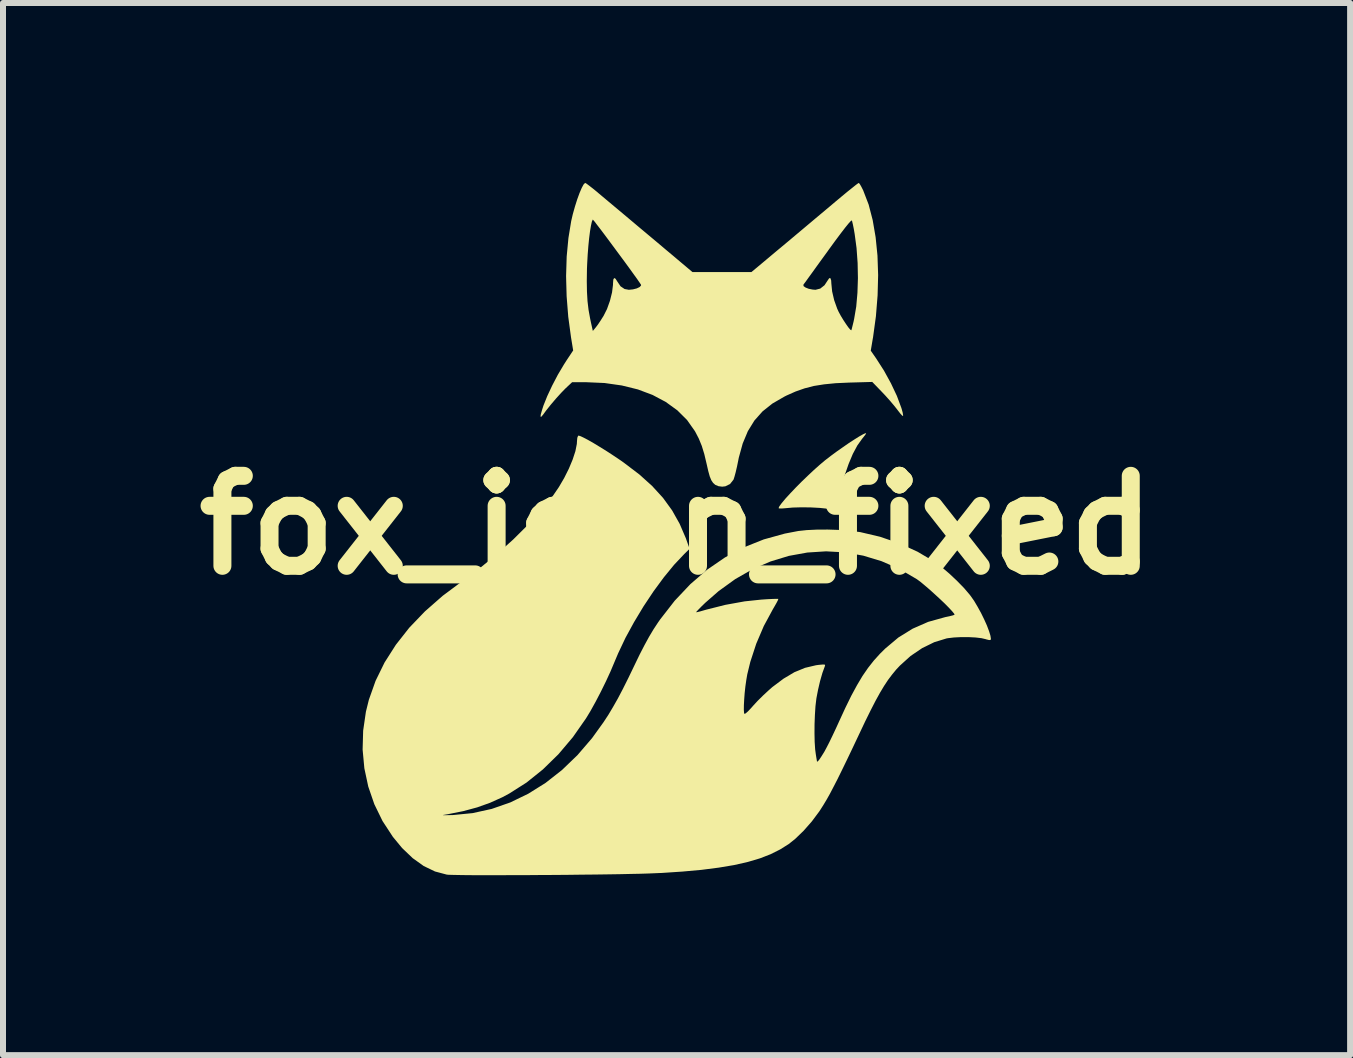
<source format=kicad_pcb>
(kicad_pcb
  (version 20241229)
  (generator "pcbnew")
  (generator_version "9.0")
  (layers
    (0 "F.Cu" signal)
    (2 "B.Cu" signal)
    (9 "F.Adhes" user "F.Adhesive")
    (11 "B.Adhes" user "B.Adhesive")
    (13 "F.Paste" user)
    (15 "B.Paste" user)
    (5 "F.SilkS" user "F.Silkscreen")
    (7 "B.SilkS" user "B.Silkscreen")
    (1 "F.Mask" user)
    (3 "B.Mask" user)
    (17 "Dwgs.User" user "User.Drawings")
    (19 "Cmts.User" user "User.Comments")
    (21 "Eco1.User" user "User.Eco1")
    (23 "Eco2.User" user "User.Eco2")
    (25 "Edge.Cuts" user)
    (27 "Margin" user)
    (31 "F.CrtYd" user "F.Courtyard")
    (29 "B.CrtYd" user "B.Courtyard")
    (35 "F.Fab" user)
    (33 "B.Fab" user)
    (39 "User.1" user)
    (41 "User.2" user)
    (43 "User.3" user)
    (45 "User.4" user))
  (footprint "fox_icon_fixed"
    (layer "F.Cu")
    (at 8.229 5.704)
    (property "Reference" "fox_icon_fixed" (at 0 0 0) (layer "F.SilkS") (effects (font (size 1.5 1.5) (thickness 0.3))))
    (attr board_only exclude_from_pos_files exclude_from_bom)
    (fp_poly (pts (xy 3.16 -1.53) (xy 3.148 -1.509) (xy 3.117 -1.469) (xy 3.092 -1.438) (xy 3.014 -1.329) (xy 2.938 -1.187) (xy 2.868 -1.02) (xy 2.805 -0.838) (xy 2.754 -0.647) (xy 2.73 -0.53) (xy 2.714 -0.444) (xy 2.699 -0.367) (xy 2.687 -0.313) (xy 2.684 -0.3) (xy 2.67 -0.25) (xy 2.51 -0.274) (xy 2.386 -0.287) (xy 2.239 -0.295) (xy 2.084 -0.297) (xy 1.938 -0.293) (xy 1.815 -0.282) (xy 1.815 -0.282) (xy 1.754 -0.277) (xy 1.712 -0.278) (xy 1.7 -0.283) (xy 1.714 -0.315) (xy 1.754 -0.369) (xy 1.815 -0.442) (xy 1.893 -0.527) (xy 1.983 -0.622) (xy 2.082 -0.722) (xy 2.186 -0.822) (xy 2.289 -0.919) (xy 2.387 -1.006) (xy 2.477 -1.082) (xy 2.48 -1.084) (xy 2.572 -1.155) (xy 2.671 -1.228) (xy 2.774 -1.3) (xy 2.873 -1.369) (xy 2.966 -1.429) (xy 3.046 -1.479) (xy 3.108 -1.514) (xy 3.148 -1.532)) (stroke (width 0) (type solid)) (fill yes) (layer "F.SilkS"))
    (fp_poly (pts (xy 3.053 -5.688) (xy 3.079 -5.643) (xy 3.111 -5.58) (xy 3.115 -5.569) (xy 3.202 -5.343) (xy 3.269 -5.085) (xy 3.318 -4.8) (xy 3.349 -4.493) (xy 3.36 -4.168) (xy 3.351 -3.83) (xy 3.323 -3.482) (xy 3.275 -3.13) (xy 3.269 -3.098) (xy 3.237 -2.908) (xy 3.326 -2.78) (xy 3.457 -2.576) (xy 3.574 -2.363) (xy 3.673 -2.153) (xy 3.746 -1.957) (xy 3.753 -1.935) (xy 3.769 -1.876) (xy 3.776 -1.832) (xy 3.776 -1.82) (xy 3.762 -1.825) (xy 3.732 -1.857) (xy 3.691 -1.909) (xy 3.68 -1.924) (xy 3.627 -1.991) (xy 3.557 -2.074) (xy 3.479 -2.161) (xy 3.426 -2.217) (xy 3.262 -2.387) (xy 2.876 -2.376) (xy 2.653 -2.366) (xy 2.46 -2.347) (xy 2.29 -2.32) (xy 2.134 -2.28) (xy 1.983 -2.227) (xy 1.83 -2.159) (xy 1.795 -2.141) (xy 1.598 -2.027) (xy 1.433 -1.896) (xy 1.297 -1.743) (xy 1.188 -1.566) (xy 1.102 -1.36) (xy 1.037 -1.124) (xy 1.028 -1.078) (xy 1.007 -0.975) (xy 0.985 -0.881) (xy 0.965 -0.807) (xy 0.95 -0.761) (xy 0.948 -0.757) (xy 0.891 -0.685) (xy 0.813 -0.647) (xy 0.76 -0.641) (xy 0.698 -0.649) (xy 0.646 -0.671) (xy 0.644 -0.672) (xy 0.609 -0.703) (xy 0.579 -0.748) (xy 0.553 -0.811) (xy 0.528 -0.901) (xy 0.501 -1.02) (xy 0.462 -1.184) (xy 0.42 -1.321) (xy 0.371 -1.441) (xy 0.311 -1.557) (xy 0.303 -1.57) (xy 0.174 -1.753) (xy 0.012 -1.914) (xy -0.18 -2.053) (xy -0.4 -2.17) (xy -0.645 -2.262) (xy -0.913 -2.328) (xy -1.201 -2.369) (xy -1.499 -2.382) (xy -1.742 -2.382) (xy -1.854 -2.277) (xy -1.925 -2.204) (xy -2.01 -2.11) (xy -2.097 -2.008) (xy -2.176 -1.909) (xy -2.227 -1.839) (xy -2.256 -1.806) (xy -2.268 -1.808) (xy -2.264 -1.845) (xy -2.244 -1.916) (xy -2.219 -1.994) (xy -2.156 -2.151) (xy -2.074 -2.326) (xy -1.98 -2.506) (xy -1.879 -2.676) (xy -1.833 -2.748) (xy -1.724 -2.912) (xy -1.76 -3.132) (xy -1.806 -3.473) (xy -1.833 -3.816) (xy -1.84 -4.067) (xy -1.497 -4.067) (xy -1.494 -3.891) (xy -1.485 -3.736) (xy -1.468 -3.591) (xy -1.442 -3.447) (xy -1.427 -3.375) (xy -1.396 -3.237) (xy -1.348 -3.295) (xy -1.313 -3.341) (xy -1.268 -3.408) (xy -1.222 -3.481) (xy -1.22 -3.483) (xy -1.16 -3.602) (xy -1.111 -3.739) (xy -1.076 -3.879) (xy -1.06 -4.006) (xy -1.06 -4.026) (xy -1.055 -4.092) (xy -1.041 -4.119) (xy -1.018 -4.108) (xy -0.99 -4.064) (xy -0.934 -3.981) (xy -0.867 -3.936) (xy -0.796 -3.923) (xy -0.727 -3.93) (xy -0.664 -3.946) (xy -0.616 -3.969) (xy -0.592 -3.995) (xy -0.594 -4.008) (xy 2.114 -4.008) (xy 2.116 -3.985) (xy 2.149 -3.961) (xy 2.202 -3.94) (xy 2.267 -3.927) (xy 2.316 -3.923) (xy 2.395 -3.943) (xy 2.466 -3.999) (xy 2.518 -4.078) (xy 2.545 -4.117) (xy 2.565 -4.116) (xy 2.577 -4.079) (xy 2.58 -4.028) (xy 2.593 -3.896) (xy 2.627 -3.75) (xy 2.678 -3.607) (xy 2.7 -3.559) (xy 2.736 -3.492) (xy 2.779 -3.421) (xy 2.823 -3.354) (xy 2.863 -3.297) (xy 2.895 -3.259) (xy 2.912 -3.248) (xy 2.913 -3.248) (xy 2.92 -3.27) (xy 2.933 -3.322) (xy 2.951 -3.395) (xy 2.961 -3.444) (xy 2.995 -3.644) (xy 3.015 -3.872) (xy 3.023 -4.117) (xy 3.018 -4.37) (xy 3 -4.619) (xy 2.969 -4.851) (xy 2.954 -4.939) (xy 2.939 -5.013) (xy 2.927 -5.063) (xy 2.922 -5.08) (xy 2.906 -5.071) (xy 2.869 -5.031) (xy 2.812 -4.961) (xy 2.736 -4.862) (xy 2.641 -4.735) (xy 2.529 -4.581) (xy 2.521 -4.569) (xy 2.427 -4.44) (xy 2.34 -4.32) (xy 2.264 -4.214) (xy 2.2 -4.126) (xy 2.152 -4.059) (xy 2.122 -4.019) (xy 2.114 -4.008) (xy -0.594 -4.008) (xy -0.594 -4.009) (xy -0.618 -4.045) (xy -0.66 -4.106) (xy -0.718 -4.186) (xy -0.787 -4.282) (xy -0.865 -4.389) (xy -0.948 -4.501) (xy -1.033 -4.616) (xy -1.116 -4.728) (xy -1.194 -4.833) (xy -1.264 -4.926) (xy -1.323 -5.002) (xy -1.366 -5.059) (xy -1.392 -5.089) (xy -1.397 -5.094) (xy -1.412 -5.061) (xy -1.427 -4.994) (xy -1.443 -4.899) (xy -1.458 -4.782) (xy -1.471 -4.651) (xy -1.482 -4.51) (xy -1.49 -4.366) (xy -1.494 -4.273) (xy -1.497 -4.067) (xy -1.84 -4.067) (xy -1.842 -4.153) (xy -1.832 -4.479) (xy -1.803 -4.786) (xy -1.757 -5.068) (xy -1.73 -5.184) (xy -1.694 -5.312) (xy -1.656 -5.432) (xy -1.618 -5.536) (xy -1.582 -5.62) (xy -1.551 -5.678) (xy -1.526 -5.704) (xy -1.522 -5.704) (xy -1.501 -5.692) (xy -1.457 -5.659) (xy -1.394 -5.61) (xy -1.319 -5.549) (xy -1.308 -5.539) (xy -1.146 -5.403) (xy -0.975 -5.26) (xy -0.802 -5.115) (xy -0.631 -4.971) (xy -0.466 -4.833) (xy -0.313 -4.705) (xy -0.177 -4.59) (xy -0.062 -4.494) (xy 0.017 -4.427) (xy 0.264 -4.219) (xy 0.755 -4.218) (xy 1.247 -4.218) (xy 1.439 -4.378) (xy 1.639 -4.546) (xy 1.861 -4.731) (xy 2.092 -4.925) (xy 2.324 -5.12) (xy 2.546 -5.306) (xy 2.655 -5.398) (xy 2.758 -5.484) (xy 2.851 -5.561) (xy 2.93 -5.624) (xy 2.99 -5.672) (xy 3.027 -5.699) (xy 3.037 -5.704)) (stroke (width 0) (type solid)) (fill yes) (layer "F.SilkS"))
    (fp_poly (pts (xy -1.613 -1.487) (xy -1.559 -1.463) (xy -1.482 -1.423) (xy -1.387 -1.369) (xy -1.28 -1.304) (xy -1.164 -1.232) (xy -1.046 -1.155) (xy -0.93 -1.077) (xy -0.87 -1.034) (xy -0.62 -0.844) (xy -0.407 -0.652) (xy -0.226 -0.454) (xy -0.075 -0.246) (xy 0.051 -0.022) (xy 0.155 0.22) (xy 0.166 0.252) (xy 0.217 0.395) (xy 0.127 0.483) (xy -0.041 0.661) (xy -0.213 0.871) (xy -0.385 1.105) (xy -0.552 1.356) (xy -0.709 1.617) (xy -0.852 1.879) (xy -0.974 2.137) (xy -1.04 2.293) (xy -1.101 2.438) (xy -1.177 2.603) (xy -1.262 2.776) (xy -1.35 2.945) (xy -1.436 3.1) (xy -1.51 3.222) (xy -1.729 3.535) (xy -1.97 3.82) (xy -2.228 4.072) (xy -2.502 4.292) (xy -2.79 4.475) (xy -2.906 4.537) (xy -3.11 4.629) (xy -3.323 4.705) (xy -3.556 4.768) (xy -3.817 4.82) (xy -3.89 4.832) (xy -3.896 4.835) (xy -3.867 4.836) (xy -3.808 4.835) (xy -3.726 4.833) (xy -3.726 4.833) (xy -3.4 4.801) (xy -3.082 4.731) (xy -2.772 4.623) (xy -2.473 4.478) (xy -2.185 4.298) (xy -1.911 4.083) (xy -1.652 3.834) (xy -1.41 3.552) (xy -1.219 3.287) (xy -1.137 3.162) (xy -1.059 3.031) (xy -0.979 2.89) (xy -0.896 2.732) (xy -0.804 2.548) (xy -0.71 2.353) (xy -0.618 2.162) (xy -0.535 2.001) (xy -0.459 1.862) (xy -0.385 1.738) (xy -0.308 1.621) (xy -0.273 1.571) (xy -0.181 1.453) (xy 0.325 1.453) (xy 0.345 1.45) (xy 0.395 1.438) (xy 0.464 1.418) (xy 0.5 1.408) (xy 0.814 1.329) (xy 1.135 1.271) (xy 1.409 1.242) (xy 1.51 1.235) (xy 1.596 1.231) (xy 1.659 1.229) (xy 1.693 1.229) (xy 1.696 1.23) (xy 1.69 1.25) (xy 1.667 1.295) (xy 1.63 1.36) (xy 1.602 1.408) (xy 1.454 1.682) (xy 1.328 1.977) (xy 1.229 2.28) (xy 1.178 2.489) (xy 1.162 2.583) (xy 1.147 2.689) (xy 1.135 2.799) (xy 1.127 2.906) (xy 1.122 3.002) (xy 1.121 3.079) (xy 1.125 3.13) (xy 1.132 3.148) (xy 1.152 3.138) (xy 1.191 3.104) (xy 1.242 3.05) (xy 1.28 3.007) (xy 1.352 2.929) (xy 1.443 2.839) (xy 1.538 2.751) (xy 1.596 2.7) (xy 1.784 2.559) (xy 1.964 2.452) (xy 2.142 2.379) (xy 2.324 2.336) (xy 2.368 2.33) (xy 2.433 2.324) (xy 2.467 2.324) (xy 2.476 2.334) (xy 2.471 2.354) (xy 2.431 2.464) (xy 2.392 2.6) (xy 2.358 2.746) (xy 2.331 2.887) (xy 2.329 2.902) (xy 2.315 3.021) (xy 2.306 3.163) (xy 2.3 3.317) (xy 2.299 3.471) (xy 2.302 3.615) (xy 2.31 3.738) (xy 2.32 3.813) (xy 2.33 3.877) (xy 2.338 3.923) (xy 2.34 3.939) (xy 2.349 3.943) (xy 2.375 3.915) (xy 2.412 3.86) (xy 2.46 3.783) (xy 2.463 3.778) (xy 2.498 3.713) (xy 2.546 3.62) (xy 2.6 3.508) (xy 2.657 3.387) (xy 2.704 3.284) (xy 2.813 3.047) (xy 2.913 2.843) (xy 3.008 2.668) (xy 3.099 2.515) (xy 3.192 2.38) (xy 3.288 2.258) (xy 3.391 2.144) (xy 3.478 2.058) (xy 3.697 1.874) (xy 3.936 1.726) (xy 4.194 1.613) (xy 4.47 1.536) (xy 4.477 1.534) (xy 4.549 1.519) (xy 4.604 1.505) (xy 4.633 1.495) (xy 4.634 1.494) (xy 4.626 1.475) (xy 4.593 1.435) (xy 4.54 1.378) (xy 4.471 1.308) (xy 4.391 1.232) (xy 4.305 1.153) (xy 4.219 1.075) (xy 4.137 1.005) (xy 4.065 0.945) (xy 4.006 0.902) (xy 4 0.898) (xy 3.713 0.73) (xy 3.416 0.601) (xy 3.112 0.509) (xy 2.803 0.454) (xy 2.492 0.437) (xy 2.18 0.457) (xy 1.871 0.513) (xy 1.566 0.606) (xy 1.267 0.735) (xy 0.978 0.9) (xy 0.701 1.1) (xy 0.479 1.294) (xy 0.415 1.356) (xy 0.365 1.407) (xy 0.333 1.441) (xy 0.325 1.453) (xy -0.181 1.453) (xy -0.031 1.26) (xy 0.23 0.984) (xy 0.508 0.744) (xy 0.805 0.54) (xy 1.12 0.371) (xy 1.454 0.238) (xy 1.805 0.141) (xy 2.03 0.098) (xy 2.17 0.083) (xy 2.337 0.075) (xy 2.519 0.074) (xy 2.704 0.08) (xy 2.88 0.093) (xy 3.035 0.113) (xy 3.064 0.117) (xy 3.392 0.194) (xy 3.713 0.304) (xy 4.018 0.444) (xy 4.299 0.61) (xy 4.299 0.61) (xy 4.416 0.697) (xy 4.544 0.806) (xy 4.673 0.927) (xy 4.792 1.049) (xy 4.889 1.163) (xy 4.901 1.179) (xy 4.959 1.261) (xy 5.017 1.359) (xy 5.075 1.464) (xy 5.128 1.572) (xy 5.174 1.675) (xy 5.209 1.768) (xy 5.232 1.843) (xy 5.24 1.895) (xy 5.234 1.915) (xy 5.209 1.916) (xy 5.164 1.905) (xy 5.156 1.902) (xy 5.084 1.885) (xy 4.983 1.873) (xy 4.866 1.867) (xy 4.742 1.867) (xy 4.624 1.873) (xy 4.523 1.885) (xy 4.5 1.889) (xy 4.295 1.952) (xy 4.093 2.051) (xy 3.9 2.182) (xy 3.723 2.342) (xy 3.661 2.408) (xy 3.592 2.492) (xy 3.525 2.581) (xy 3.459 2.681) (xy 3.39 2.796) (xy 3.316 2.93) (xy 3.235 3.088) (xy 3.143 3.274) (xy 3.049 3.473) (xy 2.937 3.71) (xy 2.839 3.915) (xy 2.754 4.09) (xy 2.68 4.24) (xy 2.614 4.368) (xy 2.556 4.479) (xy 2.502 4.575) (xy 2.451 4.66) (xy 2.401 4.739) (xy 2.378 4.774) (xy 2.255 4.939) (xy 2.118 5.095) (xy 1.976 5.232) (xy 1.87 5.316) (xy 1.729 5.405) (xy 1.57 5.485) (xy 1.39 5.555) (xy 1.188 5.615) (xy 0.959 5.667) (xy 0.702 5.71) (xy 0.414 5.747) (xy 0.093 5.776) (xy -0.265 5.799) (xy -0.38 5.804) (xy -0.48 5.808) (xy -0.611 5.812) (xy -0.767 5.815) (xy -0.946 5.819) (xy -1.143 5.822) (xy -1.356 5.825) (xy -1.58 5.827) (xy -1.811 5.83) (xy -2.047 5.832) (xy -2.282 5.833) (xy -2.514 5.835) (xy -2.739 5.835) (xy -2.953 5.836) (xy -3.153 5.836) (xy -3.334 5.836) (xy -3.493 5.835) (xy -3.626 5.833) (xy -3.73 5.831) (xy -3.801 5.829) (xy -3.832 5.826) (xy -4.027 5.774) (xy -4.216 5.683) (xy -4.399 5.552) (xy -4.576 5.383) (xy -4.73 5.196) (xy -4.902 4.933) (xy -5.039 4.652) (xy -5.14 4.358) (xy -5.205 4.054) (xy -5.234 3.742) (xy -5.225 3.426) (xy -5.179 3.11) (xy -5.13 2.912) (xy -5.018 2.596) (xy -4.868 2.29) (xy -4.68 1.995) (xy -4.456 1.71) (xy -4.195 1.438) (xy -3.9 1.179) (xy -3.62 0.97) (xy -3.308 0.74) (xy -3.008 0.495) (xy -2.724 0.24) (xy -2.462 -0.02) (xy -2.229 -0.279) (xy -2.06 -0.491) (xy -1.963 -0.633) (xy -1.874 -0.785) (xy -1.796 -0.941) (xy -1.733 -1.092) (xy -1.687 -1.232) (xy -1.663 -1.353) (xy -1.66 -1.404) (xy -1.655 -1.456) (xy -1.642 -1.489) (xy -1.639 -1.492)) (stroke (width 0) (type solid)) (fill yes) (layer "F.SilkS")))
  (gr_rect
    (start -3 -3)
    (end 19.457 14.54)
    (stroke (width 0.1) (type default))
    (fill no)
    (layer "Edge.Cuts")))
</source>
